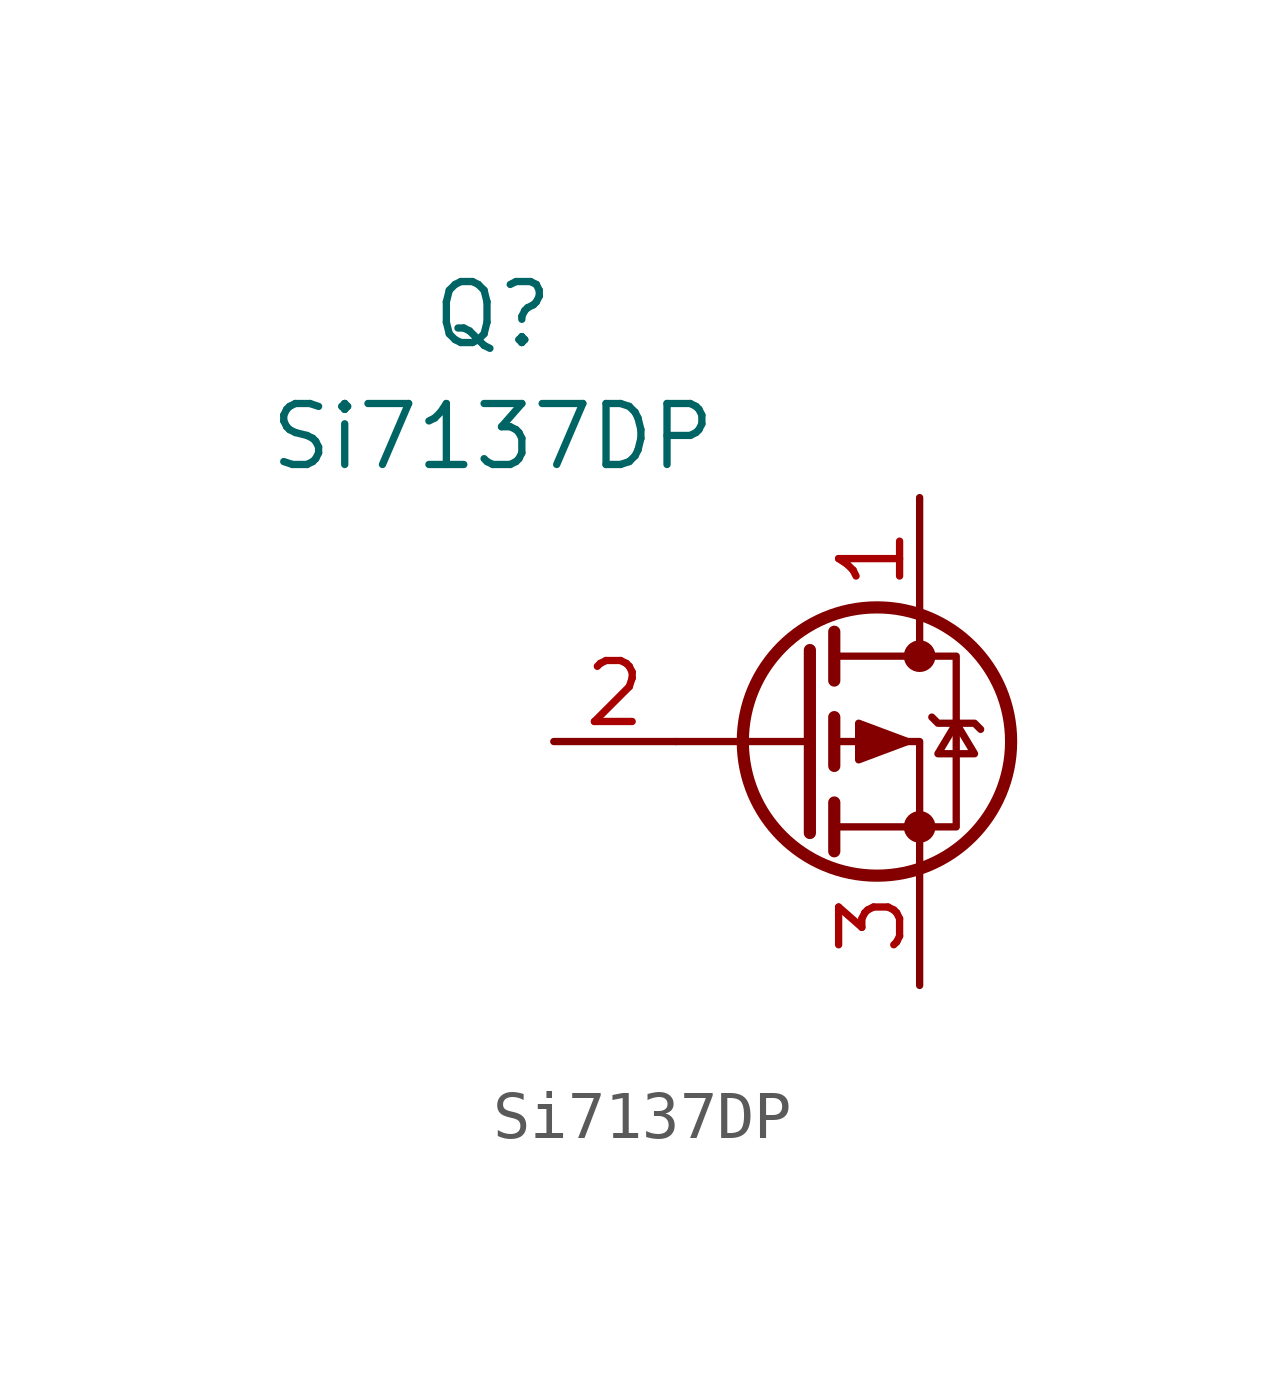
<source format=kicad_sym>
(kicad_symbol_lib
  (version 20220914)
  (generator kicad_symbol_editor)
  (symbol "Si7137DP"
    (pin_names
      (offset 0) hide)
    (property "Reference" "Q"
      (at -6.35 8.89 0)
      (effects (font (size 1.27 1.27))))
    (property "Value" "Si7137DP"
      (at -6.35 6.35 0)
      (effects (font (size 1.27 1.27))))
    (symbol "Si7137DP_0_1"
      (polyline (pts (xy 0.254 0) (xy -2.54 0)) (stroke (width 0) (type default)) (fill (type none)))
      (polyline (pts (xy 0.254 1.905) (xy 0.254 -1.905)) (stroke (width 0.254) (type default)) (fill (type none)))
      (polyline (pts (xy 0.762 -1.27) (xy 0.762 -2.286)) (stroke (width 0.254) (type default)) (fill (type none)))
      (polyline (pts (xy 0.762 0.508) (xy 0.762 -0.508)) (stroke (width 0.254) (type default)) (fill (type none)))
      (polyline (pts (xy 0.762 2.286) (xy 0.762 1.27)) (stroke (width 0.254) (type default)) (fill (type none)))
      (polyline (pts (xy 2.54 2.54) (xy 2.54 1.778)) (stroke (width 0) (type default)) (fill (type none)))
      (polyline (pts (xy 2.54 -2.54) (xy 2.54 0) (xy 0.762 0)) (stroke (width 0) (type default)) (fill (type none)))
      (polyline (pts (xy 0.762 -1.778) (xy 3.302 -1.778) (xy 3.302 1.778) (xy 0.762 1.778)) (stroke (width 0) (type default)) (fill (type none)))
      (polyline (pts (xy 2.286 0) (xy 1.27 0.381) (xy 1.27 -0.381) (xy 2.286 0)) (stroke (width 0) (type default)) (fill (type outline)))
      (polyline (pts (xy 2.794 0.508) (xy 2.921 0.381) (xy 3.683 0.381) (xy 3.81 0.254)) (stroke (width 0) (type default)) (fill (type none)))
      (polyline (pts (xy 3.302 0.381) (xy 2.921 -0.254) (xy 3.683 -0.254) (xy 3.302 0.381)) (stroke (width 0) (type default)) (fill (type none)))
      (circle (center 1.651 0) (radius 2.794) (stroke (width 0.254) (type default)) (fill (type none)))
      (circle (center 2.54 -1.778) (radius 0.254) (stroke (width 0) (type default)) (fill (type outline)))
      (circle (center 2.54 1.778) (radius 0.254) (stroke (width 0) (type default)) (fill (type outline))))
    (symbol "Si7137DP_1_1"
      (pin passive line (at 2.54 5.08 270) (length 2.54) (name "D" (effects (font (size 1.27 1.27)))) (number "1" (effects (font (size 1.27 1.27)))))
      (pin input line (at -5.08 0 0) (length 2.54) (name "G" (effects (font (size 1.27 1.27)))) (number "2" (effects (font (size 1.27 1.27)))))
      (pin passive line (at 2.54 -5.08 90) (length 2.54) (name "S" (effects (font (size 1.27 1.27)))) (number "3" (effects (font (size 1.27 1.27))))))))
</source>
